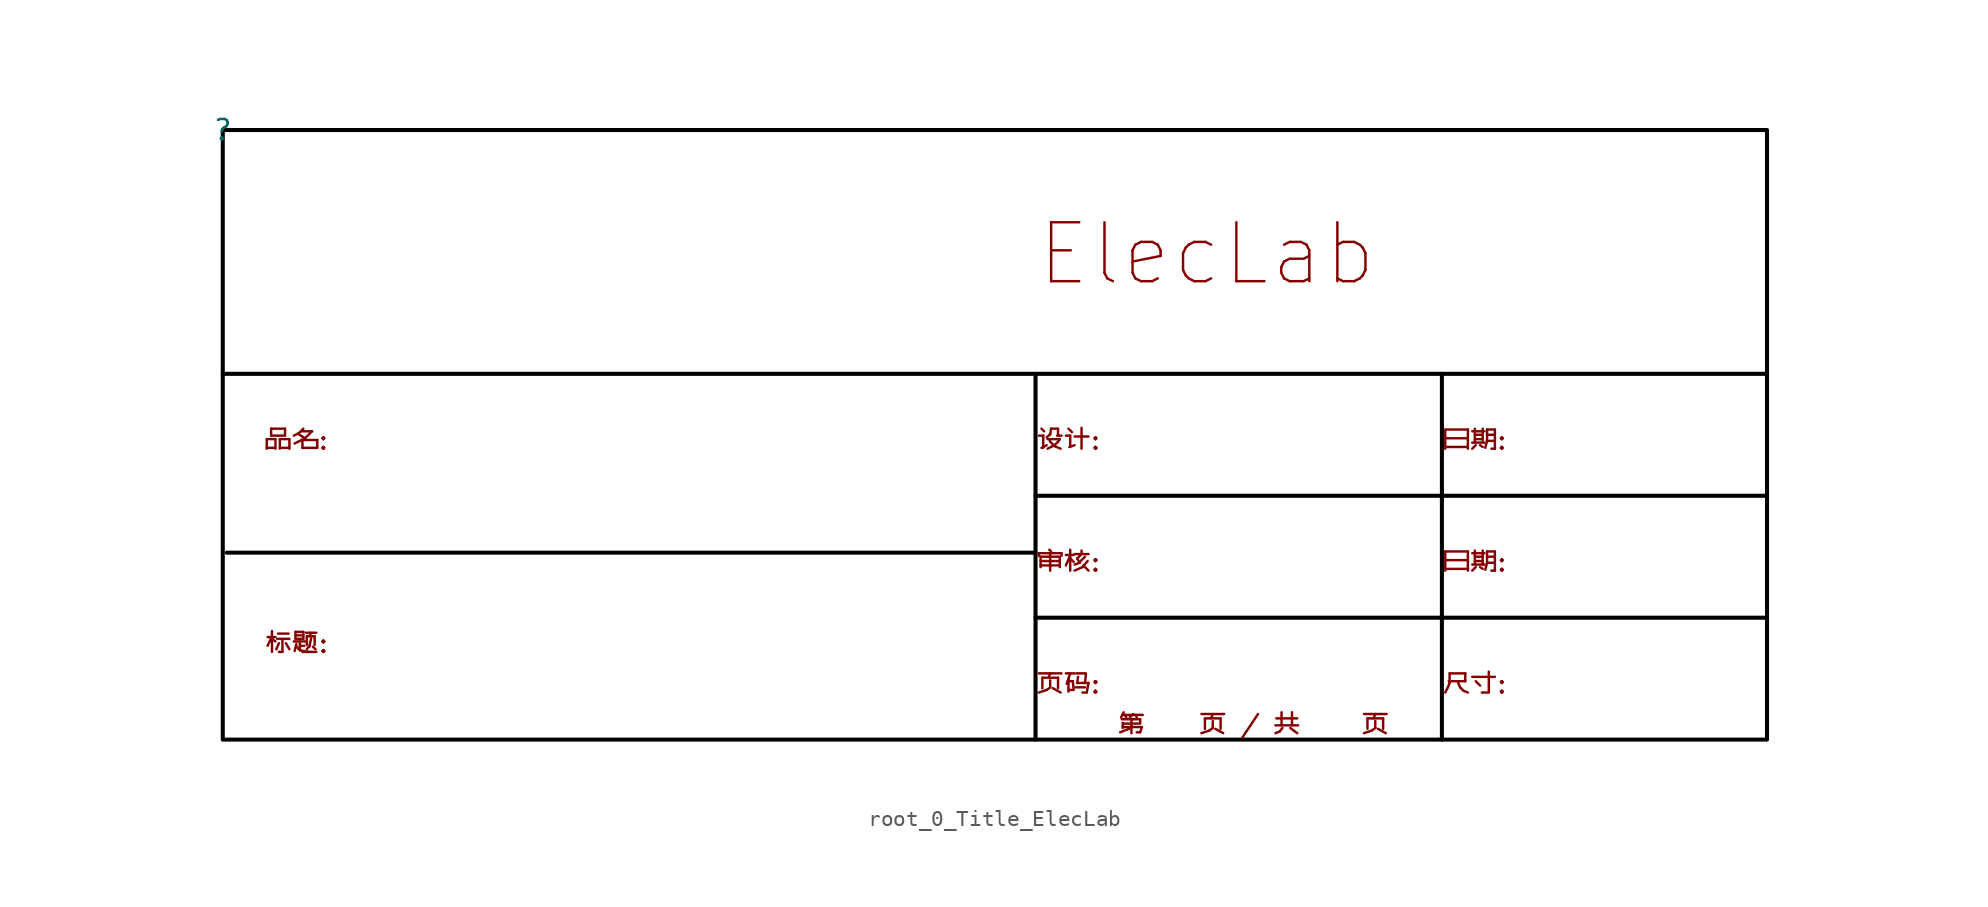
<source format=kicad_sym>
(kicad_symbol_lib
  (version 20231120)
  (generator "kicad_symbol_editor")
  (generator_version "8.0")
  (symbol "root_0_Title_ElecLab"
    (property "Reference" ""
      (at 0 0 0)
      (effects (font (size 1.27 1.27))))
    (property "Value" ""
      (at 0 0 0)
      (effects (font (size 1.27 1.27))))
    (symbol "root_0_Title_ElecLab_1_0"
      (polyline (pts (xy 0 -15.24) (xy 96.52 -15.24)) (stroke (width 0.254) (type solid) (color 0 0 0 1)) (fill (type none)))
      (polyline (pts (xy 0.254 -26.416) (xy 50.8 -26.416)) (stroke (width 0.254) (type solid) (color 0 0 0 1)) (fill (type none)))
      (polyline (pts (xy 50.8 -30.48) (xy 96.52 -30.48)) (stroke (width 0.254) (type solid) (color 0 0 0 1)) (fill (type none)))
      (polyline (pts (xy 50.8 -22.86) (xy 96.52 -22.86)) (stroke (width 0.254) (type solid) (color 0 0 0 1)) (fill (type none)))
      (polyline (pts (xy 50.8 -15.24) (xy 50.8 -38.1)) (stroke (width 0.254) (type solid) (color 0 0 0 1)) (fill (type none)))
      (polyline (pts (xy 76.2 -15.24) (xy 76.2 -38.1)) (stroke (width 0.254) (type solid) (color 0 0 0 1)) (fill (type none)))
      (rectangle (start 96.52 0) (end 0 -38.1) (stroke (width 0.254) (type solid) (color 0 0 0 1)) (fill (type none)))
      (text "ElecLab" (at 50.8 -9.906 0) (effects (font (size 3.683 3.683)) (justify left bottom)))
      (text "品名:" (at 2.54 -20.066 0) (effects (font (size 1.143 1.143)) (justify left bottom)))
      (text "审核:" (at 50.8 -27.686 0) (effects (font (size 1.143 1.143)) (justify left bottom)))
      (text "尺寸:" (at 76.2 -35.306 0) (effects (font (size 1.143 1.143)) (justify left bottom)))
      (text "日期:" (at 76.2 -27.686 0) (effects (font (size 1.143 1.143)) (justify left bottom)))
      (text "日期:" (at 76.2 -20.066 0) (effects (font (size 1.143 1.143)) (justify left bottom)))
      (text "标题:" (at 2.54 -32.766 0) (effects (font (size 1.143 1.143)) (justify left bottom)))
      (text "第" (at 55.88 -37.846 0) (effects (font (size 1.143 1.143)) (justify left bottom)))
      (text "设计:" (at 50.8 -20.066 0) (effects (font (size 1.143 1.143)) (justify left bottom)))
      (text "页" (at 71.12 -37.846 0) (effects (font (size 1.143 1.143)) (justify left bottom)))
      (text "页 / 共" (at 60.96 -37.846 0) (effects (font (size 1.143 1.143)) (justify left bottom)))
      (text "页码:" (at 50.8 -35.306 0) (effects (font (size 1.143 1.143)) (justify left bottom))))))
</source>
